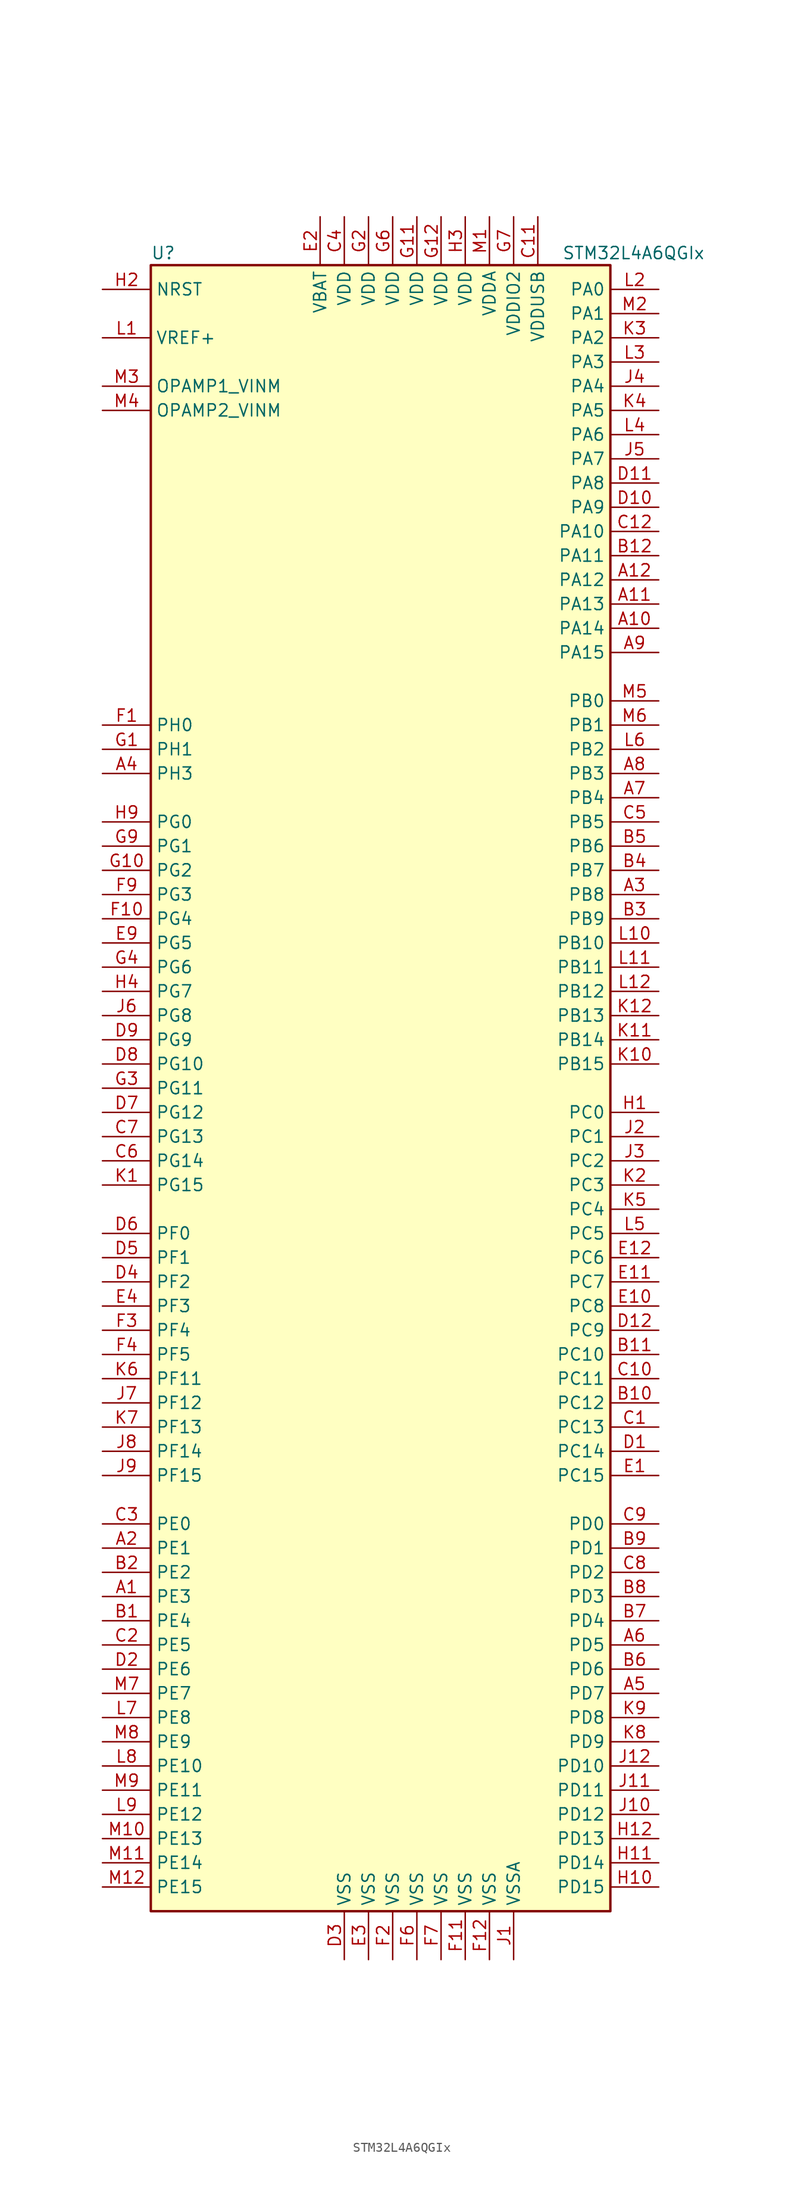
<source format=kicad_sym>
(kicad_symbol_lib
  (version 20201005)
  (generator kicad_symbol_editor)
  (symbol "STM32L4A6QGIx"
    (property "Reference" "U"
      (at -25.4 87.63 0)
      (effects (font (size 1.27 1.27)) (justify left)))
    (property "Value" "STM32L4A6QGIx"
      (at 17.78 87.63 0)
      (effects (font (size 1.27 1.27)) (justify left)))
    (symbol "STM32L4A6QGIx_0_1"
      (rectangle (start -25.4 -86.36) (end 22.86 86.36) (stroke (width 0.254)) (fill (type background))))
    (symbol "STM32L4A6QGIx_1_1"
      (pin input line (at -30.48 83.82 0) (length 5.08) (name "NRST" (effects (font (size 1.27 1.27)))) (number "H2" (effects (font (size 1.27 1.27)))))
      (pin bidirectional line (at -30.48 73.66 0) (length 5.08) (name "OPAMP1_VINM" (effects (font (size 1.27 1.27)))) (number "M3" (effects (font (size 1.27 1.27)))))
      (pin bidirectional line (at -30.48 71.12 0) (length 5.08) (name "OPAMP2_VINM" (effects (font (size 1.27 1.27)))) (number "M4" (effects (font (size 1.27 1.27)))))
      (pin bidirectional line (at 27.94 83.82 180) (length 5.08) (name "PA0" (effects (font (size 1.27 1.27)))) (number "L2" (effects (font (size 1.27 1.27)))))
      (pin bidirectional line (at 27.94 81.28 180) (length 5.08) (name "PA1" (effects (font (size 1.27 1.27)))) (number "M2" (effects (font (size 1.27 1.27)))))
      (pin bidirectional line (at 27.94 58.42 180) (length 5.08) (name "PA10" (effects (font (size 1.27 1.27)))) (number "C12" (effects (font (size 1.27 1.27)))))
      (pin bidirectional line (at 27.94 55.88 180) (length 5.08) (name "PA11" (effects (font (size 1.27 1.27)))) (number "B12" (effects (font (size 1.27 1.27)))))
      (pin bidirectional line (at 27.94 53.34 180) (length 5.08) (name "PA12" (effects (font (size 1.27 1.27)))) (number "A12" (effects (font (size 1.27 1.27)))))
      (pin bidirectional line (at 27.94 50.8 180) (length 5.08) (name "PA13" (effects (font (size 1.27 1.27)))) (number "A11" (effects (font (size 1.27 1.27)))))
      (pin bidirectional line (at 27.94 48.26 180) (length 5.08) (name "PA14" (effects (font (size 1.27 1.27)))) (number "A10" (effects (font (size 1.27 1.27)))))
      (pin bidirectional line (at 27.94 45.72 180) (length 5.08) (name "PA15" (effects (font (size 1.27 1.27)))) (number "A9" (effects (font (size 1.27 1.27)))))
      (pin bidirectional line (at 27.94 78.74 180) (length 5.08) (name "PA2" (effects (font (size 1.27 1.27)))) (number "K3" (effects (font (size 1.27 1.27)))))
      (pin bidirectional line (at 27.94 76.2 180) (length 5.08) (name "PA3" (effects (font (size 1.27 1.27)))) (number "L3" (effects (font (size 1.27 1.27)))))
      (pin bidirectional line (at 27.94 73.66 180) (length 5.08) (name "PA4" (effects (font (size 1.27 1.27)))) (number "J4" (effects (font (size 1.27 1.27)))))
      (pin bidirectional line (at 27.94 71.12 180) (length 5.08) (name "PA5" (effects (font (size 1.27 1.27)))) (number "K4" (effects (font (size 1.27 1.27)))))
      (pin bidirectional line (at 27.94 68.58 180) (length 5.08) (name "PA6" (effects (font (size 1.27 1.27)))) (number "L4" (effects (font (size 1.27 1.27)))))
      (pin bidirectional line (at 27.94 66.04 180) (length 5.08) (name "PA7" (effects (font (size 1.27 1.27)))) (number "J5" (effects (font (size 1.27 1.27)))))
      (pin bidirectional line (at 27.94 63.5 180) (length 5.08) (name "PA8" (effects (font (size 1.27 1.27)))) (number "D11" (effects (font (size 1.27 1.27)))))
      (pin bidirectional line (at 27.94 60.96 180) (length 5.08) (name "PA9" (effects (font (size 1.27 1.27)))) (number "D10" (effects (font (size 1.27 1.27)))))
      (pin bidirectional line (at 27.94 40.64 180) (length 5.08) (name "PB0" (effects (font (size 1.27 1.27)))) (number "M5" (effects (font (size 1.27 1.27)))))
      (pin bidirectional line (at 27.94 38.1 180) (length 5.08) (name "PB1" (effects (font (size 1.27 1.27)))) (number "M6" (effects (font (size 1.27 1.27)))))
      (pin bidirectional line (at 27.94 15.24 180) (length 5.08) (name "PB10" (effects (font (size 1.27 1.27)))) (number "L10" (effects (font (size 1.27 1.27)))))
      (pin bidirectional line (at 27.94 12.7 180) (length 5.08) (name "PB11" (effects (font (size 1.27 1.27)))) (number "L11" (effects (font (size 1.27 1.27)))))
      (pin bidirectional line (at 27.94 10.16 180) (length 5.08) (name "PB12" (effects (font (size 1.27 1.27)))) (number "L12" (effects (font (size 1.27 1.27)))))
      (pin bidirectional line (at 27.94 7.62 180) (length 5.08) (name "PB13" (effects (font (size 1.27 1.27)))) (number "K12" (effects (font (size 1.27 1.27)))))
      (pin bidirectional line (at 27.94 5.08 180) (length 5.08) (name "PB14" (effects (font (size 1.27 1.27)))) (number "K11" (effects (font (size 1.27 1.27)))))
      (pin bidirectional line (at 27.94 2.54 180) (length 5.08) (name "PB15" (effects (font (size 1.27 1.27)))) (number "K10" (effects (font (size 1.27 1.27)))))
      (pin bidirectional line (at 27.94 35.56 180) (length 5.08) (name "PB2" (effects (font (size 1.27 1.27)))) (number "L6" (effects (font (size 1.27 1.27)))))
      (pin bidirectional line (at 27.94 33.02 180) (length 5.08) (name "PB3" (effects (font (size 1.27 1.27)))) (number "A8" (effects (font (size 1.27 1.27)))))
      (pin bidirectional line (at 27.94 30.48 180) (length 5.08) (name "PB4" (effects (font (size 1.27 1.27)))) (number "A7" (effects (font (size 1.27 1.27)))))
      (pin bidirectional line (at 27.94 27.94 180) (length 5.08) (name "PB5" (effects (font (size 1.27 1.27)))) (number "C5" (effects (font (size 1.27 1.27)))))
      (pin bidirectional line (at 27.94 25.4 180) (length 5.08) (name "PB6" (effects (font (size 1.27 1.27)))) (number "B5" (effects (font (size 1.27 1.27)))))
      (pin bidirectional line (at 27.94 22.86 180) (length 5.08) (name "PB7" (effects (font (size 1.27 1.27)))) (number "B4" (effects (font (size 1.27 1.27)))))
      (pin bidirectional line (at 27.94 20.32 180) (length 5.08) (name "PB8" (effects (font (size 1.27 1.27)))) (number "A3" (effects (font (size 1.27 1.27)))))
      (pin bidirectional line (at 27.94 17.78 180) (length 5.08) (name "PB9" (effects (font (size 1.27 1.27)))) (number "B3" (effects (font (size 1.27 1.27)))))
      (pin bidirectional line (at 27.94 -2.54 180) (length 5.08) (name "PC0" (effects (font (size 1.27 1.27)))) (number "H1" (effects (font (size 1.27 1.27)))))
      (pin bidirectional line (at 27.94 -5.08 180) (length 5.08) (name "PC1" (effects (font (size 1.27 1.27)))) (number "J2" (effects (font (size 1.27 1.27)))))
      (pin bidirectional line (at 27.94 -27.94 180) (length 5.08) (name "PC10" (effects (font (size 1.27 1.27)))) (number "B11" (effects (font (size 1.27 1.27)))))
      (pin bidirectional line (at 27.94 -30.48 180) (length 5.08) (name "PC11" (effects (font (size 1.27 1.27)))) (number "C10" (effects (font (size 1.27 1.27)))))
      (pin bidirectional line (at 27.94 -33.02 180) (length 5.08) (name "PC12" (effects (font (size 1.27 1.27)))) (number "B10" (effects (font (size 1.27 1.27)))))
      (pin bidirectional line (at 27.94 -35.56 180) (length 5.08) (name "PC13" (effects (font (size 1.27 1.27)))) (number "C1" (effects (font (size 1.27 1.27)))))
      (pin bidirectional line (at 27.94 -38.1 180) (length 5.08) (name "PC14" (effects (font (size 1.27 1.27)))) (number "D1" (effects (font (size 1.27 1.27)))))
      (pin bidirectional line (at 27.94 -40.64 180) (length 5.08) (name "PC15" (effects (font (size 1.27 1.27)))) (number "E1" (effects (font (size 1.27 1.27)))))
      (pin bidirectional line (at 27.94 -7.62 180) (length 5.08) (name "PC2" (effects (font (size 1.27 1.27)))) (number "J3" (effects (font (size 1.27 1.27)))))
      (pin bidirectional line (at 27.94 -10.16 180) (length 5.08) (name "PC3" (effects (font (size 1.27 1.27)))) (number "K2" (effects (font (size 1.27 1.27)))))
      (pin bidirectional line (at 27.94 -12.7 180) (length 5.08) (name "PC4" (effects (font (size 1.27 1.27)))) (number "K5" (effects (font (size 1.27 1.27)))))
      (pin bidirectional line (at 27.94 -15.24 180) (length 5.08) (name "PC5" (effects (font (size 1.27 1.27)))) (number "L5" (effects (font (size 1.27 1.27)))))
      (pin bidirectional line (at 27.94 -17.78 180) (length 5.08) (name "PC6" (effects (font (size 1.27 1.27)))) (number "E12" (effects (font (size 1.27 1.27)))))
      (pin bidirectional line (at 27.94 -20.32 180) (length 5.08) (name "PC7" (effects (font (size 1.27 1.27)))) (number "E11" (effects (font (size 1.27 1.27)))))
      (pin bidirectional line (at 27.94 -22.86 180) (length 5.08) (name "PC8" (effects (font (size 1.27 1.27)))) (number "E10" (effects (font (size 1.27 1.27)))))
      (pin bidirectional line (at 27.94 -25.4 180) (length 5.08) (name "PC9" (effects (font (size 1.27 1.27)))) (number "D12" (effects (font (size 1.27 1.27)))))
      (pin bidirectional line (at 27.94 -45.72 180) (length 5.08) (name "PD0" (effects (font (size 1.27 1.27)))) (number "C9" (effects (font (size 1.27 1.27)))))
      (pin bidirectional line (at 27.94 -48.26 180) (length 5.08) (name "PD1" (effects (font (size 1.27 1.27)))) (number "B9" (effects (font (size 1.27 1.27)))))
      (pin bidirectional line (at 27.94 -71.12 180) (length 5.08) (name "PD10" (effects (font (size 1.27 1.27)))) (number "J12" (effects (font (size 1.27 1.27)))))
      (pin bidirectional line (at 27.94 -73.66 180) (length 5.08) (name "PD11" (effects (font (size 1.27 1.27)))) (number "J11" (effects (font (size 1.27 1.27)))))
      (pin bidirectional line (at 27.94 -76.2 180) (length 5.08) (name "PD12" (effects (font (size 1.27 1.27)))) (number "J10" (effects (font (size 1.27 1.27)))))
      (pin bidirectional line (at 27.94 -78.74 180) (length 5.08) (name "PD13" (effects (font (size 1.27 1.27)))) (number "H12" (effects (font (size 1.27 1.27)))))
      (pin bidirectional line (at 27.94 -81.28 180) (length 5.08) (name "PD14" (effects (font (size 1.27 1.27)))) (number "H11" (effects (font (size 1.27 1.27)))))
      (pin bidirectional line (at 27.94 -83.82 180) (length 5.08) (name "PD15" (effects (font (size 1.27 1.27)))) (number "H10" (effects (font (size 1.27 1.27)))))
      (pin bidirectional line (at 27.94 -50.8 180) (length 5.08) (name "PD2" (effects (font (size 1.27 1.27)))) (number "C8" (effects (font (size 1.27 1.27)))))
      (pin bidirectional line (at 27.94 -53.34 180) (length 5.08) (name "PD3" (effects (font (size 1.27 1.27)))) (number "B8" (effects (font (size 1.27 1.27)))))
      (pin bidirectional line (at 27.94 -55.88 180) (length 5.08) (name "PD4" (effects (font (size 1.27 1.27)))) (number "B7" (effects (font (size 1.27 1.27)))))
      (pin bidirectional line (at 27.94 -58.42 180) (length 5.08) (name "PD5" (effects (font (size 1.27 1.27)))) (number "A6" (effects (font (size 1.27 1.27)))))
      (pin bidirectional line (at 27.94 -60.96 180) (length 5.08) (name "PD6" (effects (font (size 1.27 1.27)))) (number "B6" (effects (font (size 1.27 1.27)))))
      (pin bidirectional line (at 27.94 -63.5 180) (length 5.08) (name "PD7" (effects (font (size 1.27 1.27)))) (number "A5" (effects (font (size 1.27 1.27)))))
      (pin bidirectional line (at 27.94 -66.04 180) (length 5.08) (name "PD8" (effects (font (size 1.27 1.27)))) (number "K9" (effects (font (size 1.27 1.27)))))
      (pin bidirectional line (at 27.94 -68.58 180) (length 5.08) (name "PD9" (effects (font (size 1.27 1.27)))) (number "K8" (effects (font (size 1.27 1.27)))))
      (pin bidirectional line (at -30.48 -45.72 0) (length 5.08) (name "PE0" (effects (font (size 1.27 1.27)))) (number "C3" (effects (font (size 1.27 1.27)))))
      (pin bidirectional line (at -30.48 -48.26 0) (length 5.08) (name "PE1" (effects (font (size 1.27 1.27)))) (number "A2" (effects (font (size 1.27 1.27)))))
      (pin bidirectional line (at -30.48 -71.12 0) (length 5.08) (name "PE10" (effects (font (size 1.27 1.27)))) (number "L8" (effects (font (size 1.27 1.27)))))
      (pin bidirectional line (at -30.48 -73.66 0) (length 5.08) (name "PE11" (effects (font (size 1.27 1.27)))) (number "M9" (effects (font (size 1.27 1.27)))))
      (pin bidirectional line (at -30.48 -76.2 0) (length 5.08) (name "PE12" (effects (font (size 1.27 1.27)))) (number "L9" (effects (font (size 1.27 1.27)))))
      (pin bidirectional line (at -30.48 -78.74 0) (length 5.08) (name "PE13" (effects (font (size 1.27 1.27)))) (number "M10" (effects (font (size 1.27 1.27)))))
      (pin bidirectional line (at -30.48 -81.28 0) (length 5.08) (name "PE14" (effects (font (size 1.27 1.27)))) (number "M11" (effects (font (size 1.27 1.27)))))
      (pin bidirectional line (at -30.48 -83.82 0) (length 5.08) (name "PE15" (effects (font (size 1.27 1.27)))) (number "M12" (effects (font (size 1.27 1.27)))))
      (pin bidirectional line (at -30.48 -50.8 0) (length 5.08) (name "PE2" (effects (font (size 1.27 1.27)))) (number "B2" (effects (font (size 1.27 1.27)))))
      (pin bidirectional line (at -30.48 -53.34 0) (length 5.08) (name "PE3" (effects (font (size 1.27 1.27)))) (number "A1" (effects (font (size 1.27 1.27)))))
      (pin bidirectional line (at -30.48 -55.88 0) (length 5.08) (name "PE4" (effects (font (size 1.27 1.27)))) (number "B1" (effects (font (size 1.27 1.27)))))
      (pin bidirectional line (at -30.48 -58.42 0) (length 5.08) (name "PE5" (effects (font (size 1.27 1.27)))) (number "C2" (effects (font (size 1.27 1.27)))))
      (pin bidirectional line (at -30.48 -60.96 0) (length 5.08) (name "PE6" (effects (font (size 1.27 1.27)))) (number "D2" (effects (font (size 1.27 1.27)))))
      (pin bidirectional line (at -30.48 -63.5 0) (length 5.08) (name "PE7" (effects (font (size 1.27 1.27)))) (number "M7" (effects (font (size 1.27 1.27)))))
      (pin bidirectional line (at -30.48 -66.04 0) (length 5.08) (name "PE8" (effects (font (size 1.27 1.27)))) (number "L7" (effects (font (size 1.27 1.27)))))
      (pin bidirectional line (at -30.48 -68.58 0) (length 5.08) (name "PE9" (effects (font (size 1.27 1.27)))) (number "M8" (effects (font (size 1.27 1.27)))))
      (pin bidirectional line (at -30.48 -15.24 0) (length 5.08) (name "PF0" (effects (font (size 1.27 1.27)))) (number "D6" (effects (font (size 1.27 1.27)))))
      (pin bidirectional line (at -30.48 -17.78 0) (length 5.08) (name "PF1" (effects (font (size 1.27 1.27)))) (number "D5" (effects (font (size 1.27 1.27)))))
      (pin bidirectional line (at -30.48 -30.48 0) (length 5.08) (name "PF11" (effects (font (size 1.27 1.27)))) (number "K6" (effects (font (size 1.27 1.27)))))
      (pin bidirectional line (at -30.48 -33.02 0) (length 5.08) (name "PF12" (effects (font (size 1.27 1.27)))) (number "J7" (effects (font (size 1.27 1.27)))))
      (pin bidirectional line (at -30.48 -35.56 0) (length 5.08) (name "PF13" (effects (font (size 1.27 1.27)))) (number "K7" (effects (font (size 1.27 1.27)))))
      (pin bidirectional line (at -30.48 -38.1 0) (length 5.08) (name "PF14" (effects (font (size 1.27 1.27)))) (number "J8" (effects (font (size 1.27 1.27)))))
      (pin bidirectional line (at -30.48 -40.64 0) (length 5.08) (name "PF15" (effects (font (size 1.27 1.27)))) (number "J9" (effects (font (size 1.27 1.27)))))
      (pin bidirectional line (at -30.48 -20.32 0) (length 5.08) (name "PF2" (effects (font (size 1.27 1.27)))) (number "D4" (effects (font (size 1.27 1.27)))))
      (pin bidirectional line (at -30.48 -22.86 0) (length 5.08) (name "PF3" (effects (font (size 1.27 1.27)))) (number "E4" (effects (font (size 1.27 1.27)))))
      (pin bidirectional line (at -30.48 -25.4 0) (length 5.08) (name "PF4" (effects (font (size 1.27 1.27)))) (number "F3" (effects (font (size 1.27 1.27)))))
      (pin bidirectional line (at -30.48 -27.94 0) (length 5.08) (name "PF5" (effects (font (size 1.27 1.27)))) (number "F4" (effects (font (size 1.27 1.27)))))
      (pin bidirectional line (at -30.48 27.94 0) (length 5.08) (name "PG0" (effects (font (size 1.27 1.27)))) (number "H9" (effects (font (size 1.27 1.27)))))
      (pin bidirectional line (at -30.48 25.4 0) (length 5.08) (name "PG1" (effects (font (size 1.27 1.27)))) (number "G9" (effects (font (size 1.27 1.27)))))
      (pin bidirectional line (at -30.48 2.54 0) (length 5.08) (name "PG10" (effects (font (size 1.27 1.27)))) (number "D8" (effects (font (size 1.27 1.27)))))
      (pin bidirectional line (at -30.48 0 0) (length 5.08) (name "PG11" (effects (font (size 1.27 1.27)))) (number "G3" (effects (font (size 1.27 1.27)))))
      (pin bidirectional line (at -30.48 -2.54 0) (length 5.08) (name "PG12" (effects (font (size 1.27 1.27)))) (number "D7" (effects (font (size 1.27 1.27)))))
      (pin bidirectional line (at -30.48 -5.08 0) (length 5.08) (name "PG13" (effects (font (size 1.27 1.27)))) (number "C7" (effects (font (size 1.27 1.27)))))
      (pin bidirectional line (at -30.48 -7.62 0) (length 5.08) (name "PG14" (effects (font (size 1.27 1.27)))) (number "C6" (effects (font (size 1.27 1.27)))))
      (pin bidirectional line (at -30.48 -10.16 0) (length 5.08) (name "PG15" (effects (font (size 1.27 1.27)))) (number "K1" (effects (font (size 1.27 1.27)))))
      (pin bidirectional line (at -30.48 22.86 0) (length 5.08) (name "PG2" (effects (font (size 1.27 1.27)))) (number "G10" (effects (font (size 1.27 1.27)))))
      (pin bidirectional line (at -30.48 20.32 0) (length 5.08) (name "PG3" (effects (font (size 1.27 1.27)))) (number "F9" (effects (font (size 1.27 1.27)))))
      (pin bidirectional line (at -30.48 17.78 0) (length 5.08) (name "PG4" (effects (font (size 1.27 1.27)))) (number "F10" (effects (font (size 1.27 1.27)))))
      (pin bidirectional line (at -30.48 15.24 0) (length 5.08) (name "PG5" (effects (font (size 1.27 1.27)))) (number "E9" (effects (font (size 1.27 1.27)))))
      (pin bidirectional line (at -30.48 12.7 0) (length 5.08) (name "PG6" (effects (font (size 1.27 1.27)))) (number "G4" (effects (font (size 1.27 1.27)))))
      (pin bidirectional line (at -30.48 10.16 0) (length 5.08) (name "PG7" (effects (font (size 1.27 1.27)))) (number "H4" (effects (font (size 1.27 1.27)))))
      (pin bidirectional line (at -30.48 7.62 0) (length 5.08) (name "PG8" (effects (font (size 1.27 1.27)))) (number "J6" (effects (font (size 1.27 1.27)))))
      (pin bidirectional line (at -30.48 5.08 0) (length 5.08) (name "PG9" (effects (font (size 1.27 1.27)))) (number "D9" (effects (font (size 1.27 1.27)))))
      (pin input line (at -30.48 38.1 0) (length 5.08) (name "PH0" (effects (font (size 1.27 1.27)))) (number "F1" (effects (font (size 1.27 1.27)))))
      (pin input line (at -30.48 35.56 0) (length 5.08) (name "PH1" (effects (font (size 1.27 1.27)))) (number "G1" (effects (font (size 1.27 1.27)))))
      (pin bidirectional line (at -30.48 33.02 0) (length 5.08) (name "PH3" (effects (font (size 1.27 1.27)))) (number "A4" (effects (font (size 1.27 1.27)))))
      (pin power_in line (at -7.62 91.44 270) (length 5.08) (name "VBAT" (effects (font (size 1.27 1.27)))) (number "E2" (effects (font (size 1.27 1.27)))))
      (pin power_in line (at -5.08 91.44 270) (length 5.08) (name "VDD" (effects (font (size 1.27 1.27)))) (number "C4" (effects (font (size 1.27 1.27)))))
      (pin power_in line (at 2.54 91.44 270) (length 5.08) (name "VDD" (effects (font (size 1.27 1.27)))) (number "G11" (effects (font (size 1.27 1.27)))))
      (pin power_in line (at 5.08 91.44 270) (length 5.08) (name "VDD" (effects (font (size 1.27 1.27)))) (number "G12" (effects (font (size 1.27 1.27)))))
      (pin power_in line (at -2.54 91.44 270) (length 5.08) (name "VDD" (effects (font (size 1.27 1.27)))) (number "G2" (effects (font (size 1.27 1.27)))))
      (pin power_in line (at 0 91.44 270) (length 5.08) (name "VDD" (effects (font (size 1.27 1.27)))) (number "G6" (effects (font (size 1.27 1.27)))))
      (pin power_in line (at 7.62 91.44 270) (length 5.08) (name "VDD" (effects (font (size 1.27 1.27)))) (number "H3" (effects (font (size 1.27 1.27)))))
      (pin power_in line (at 10.16 91.44 270) (length 5.08) (name "VDDA" (effects (font (size 1.27 1.27)))) (number "M1" (effects (font (size 1.27 1.27)))))
      (pin power_in line (at 12.7 91.44 270) (length 5.08) (name "VDDIO2" (effects (font (size 1.27 1.27)))) (number "G7" (effects (font (size 1.27 1.27)))))
      (pin power_in line (at 15.24 91.44 270) (length 5.08) (name "VDDUSB" (effects (font (size 1.27 1.27)))) (number "C11" (effects (font (size 1.27 1.27)))))
      (pin bidirectional line (at -30.48 78.74 0) (length 5.08) (name "VREF+" (effects (font (size 1.27 1.27)))) (number "L1" (effects (font (size 1.27 1.27)))))
      (pin power_in line (at -5.08 -91.44 90) (length 5.08) (name "VSS" (effects (font (size 1.27 1.27)))) (number "D3" (effects (font (size 1.27 1.27)))))
      (pin power_in line (at -2.54 -91.44 90) (length 5.08) (name "VSS" (effects (font (size 1.27 1.27)))) (number "E3" (effects (font (size 1.27 1.27)))))
      (pin power_in line (at 7.62 -91.44 90) (length 5.08) (name "VSS" (effects (font (size 1.27 1.27)))) (number "F11" (effects (font (size 1.27 1.27)))))
      (pin power_in line (at 10.16 -91.44 90) (length 5.08) (name "VSS" (effects (font (size 1.27 1.27)))) (number "F12" (effects (font (size 1.27 1.27)))))
      (pin power_in line (at 0 -91.44 90) (length 5.08) (name "VSS" (effects (font (size 1.27 1.27)))) (number "F2" (effects (font (size 1.27 1.27)))))
      (pin power_in line (at 2.54 -91.44 90) (length 5.08) (name "VSS" (effects (font (size 1.27 1.27)))) (number "F6" (effects (font (size 1.27 1.27)))))
      (pin power_in line (at 5.08 -91.44 90) (length 5.08) (name "VSS" (effects (font (size 1.27 1.27)))) (number "F7" (effects (font (size 1.27 1.27)))))
      (pin power_in line (at 12.7 -91.44 90) (length 5.08) (name "VSSA" (effects (font (size 1.27 1.27)))) (number "J1" (effects (font (size 1.27 1.27))))))))
</source>
